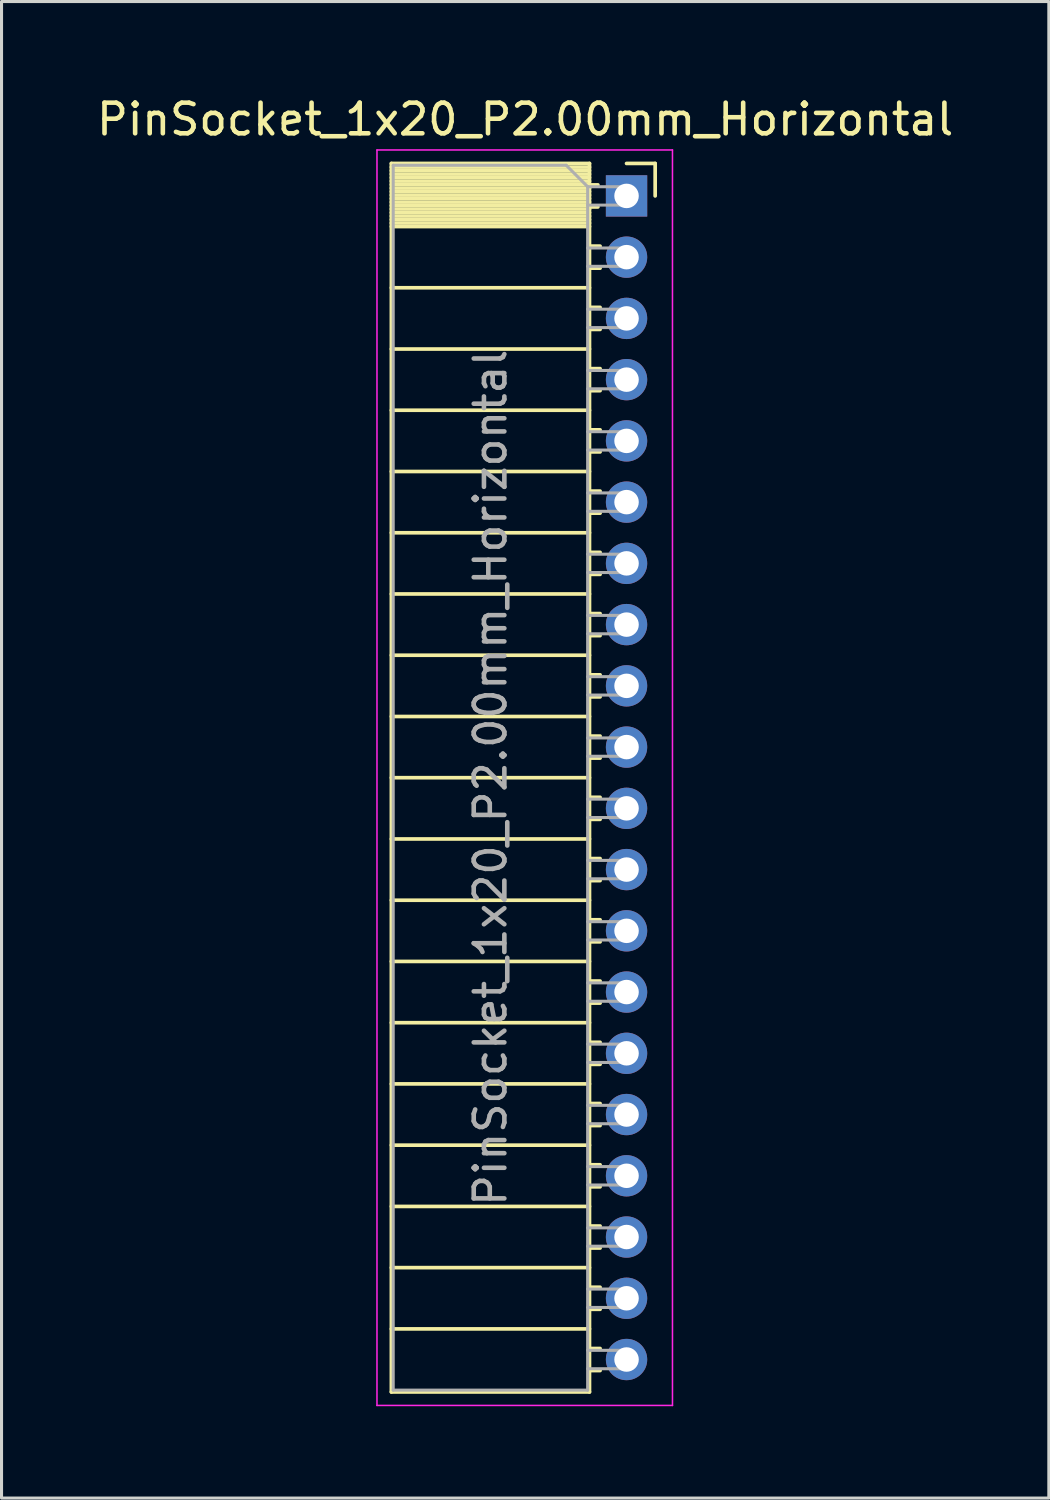
<source format=kicad_pcb>
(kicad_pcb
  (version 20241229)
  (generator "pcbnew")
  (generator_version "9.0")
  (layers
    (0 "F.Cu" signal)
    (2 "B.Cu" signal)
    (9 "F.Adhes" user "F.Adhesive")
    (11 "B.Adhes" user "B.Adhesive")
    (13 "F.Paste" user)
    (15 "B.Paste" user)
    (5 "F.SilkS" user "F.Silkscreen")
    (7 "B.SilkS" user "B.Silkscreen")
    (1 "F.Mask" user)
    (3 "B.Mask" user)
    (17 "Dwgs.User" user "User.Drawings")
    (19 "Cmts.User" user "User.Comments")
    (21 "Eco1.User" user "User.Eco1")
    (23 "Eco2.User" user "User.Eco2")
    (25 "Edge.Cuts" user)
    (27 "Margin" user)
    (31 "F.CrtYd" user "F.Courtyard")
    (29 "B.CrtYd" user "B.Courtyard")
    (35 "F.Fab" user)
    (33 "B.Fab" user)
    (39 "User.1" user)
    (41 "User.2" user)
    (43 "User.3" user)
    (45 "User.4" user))
  (footprint "PinSocket_1x20_P2.00mm_Horizontal"
    (layer "F.Cu")
    (at 17.411 3.348)
    (property "Reference" "PinSocket_1x20_P2.00mm_Horizontal" (at -3.31 -2.5 0) (layer "F.SilkS") (effects (font (size 1 1) (thickness 0.15))))
    (attr through_hole)
    (fp_line (start -7.68 -1.06) (end -7.68 39.06) (stroke (width 0.12) (type solid)) (layer "F.SilkS"))
    (fp_line (start -7.68 -1.06) (end -1.21 -1.06) (stroke (width 0.12) (type solid)) (layer "F.SilkS"))
    (fp_line (start -7.68 -0.94) (end -1.21 -0.94) (stroke (width 0.12) (type solid)) (layer "F.SilkS"))
    (fp_line (start -7.68 -0.826) (end -1.21 -0.826) (stroke (width 0.12) (type solid)) (layer "F.SilkS"))
    (fp_line (start -7.68 -0.712) (end -1.21 -0.712) (stroke (width 0.12) (type solid)) (layer "F.SilkS"))
    (fp_line (start -7.68 -0.598) (end -1.21 -0.598) (stroke (width 0.12) (type solid)) (layer "F.SilkS"))
    (fp_line (start -7.68 -0.484) (end -1.21 -0.484) (stroke (width 0.12) (type solid)) (layer "F.SilkS"))
    (fp_line (start -7.68 -0.369) (end -1.21 -0.369) (stroke (width 0.12) (type solid)) (layer "F.SilkS"))
    (fp_line (start -7.68 -0.255) (end -1.21 -0.255) (stroke (width 0.12) (type solid)) (layer "F.SilkS"))
    (fp_line (start -7.68 -0.141) (end -1.21 -0.141) (stroke (width 0.12) (type solid)) (layer "F.SilkS"))
    (fp_line (start -7.68 -0.027) (end -1.21 -0.027) (stroke (width 0.12) (type solid)) (layer "F.SilkS"))
    (fp_line (start -7.68 0.087) (end -1.21 0.087) (stroke (width 0.12) (type solid)) (layer "F.SilkS"))
    (fp_line (start -7.68 0.201) (end -1.21 0.201) (stroke (width 0.12) (type solid)) (layer "F.SilkS"))
    (fp_line (start -7.68 0.315) (end -1.21 0.315) (stroke (width 0.12) (type solid)) (layer "F.SilkS"))
    (fp_line (start -7.68 0.429) (end -1.21 0.429) (stroke (width 0.12) (type solid)) (layer "F.SilkS"))
    (fp_line (start -7.68 0.544) (end -1.21 0.544) (stroke (width 0.12) (type solid)) (layer "F.SilkS"))
    (fp_line (start -7.68 0.658) (end -1.21 0.658) (stroke (width 0.12) (type solid)) (layer "F.SilkS"))
    (fp_line (start -7.68 0.772) (end -1.21 0.772) (stroke (width 0.12) (type solid)) (layer "F.SilkS"))
    (fp_line (start -7.68 0.886) (end -1.21 0.886) (stroke (width 0.12) (type solid)) (layer "F.SilkS"))
    (fp_line (start -7.68 1) (end -1.21 1) (stroke (width 0.12) (type solid)) (layer "F.SilkS"))
    (fp_line (start -7.68 3) (end -1.21 3) (stroke (width 0.12) (type solid)) (layer "F.SilkS"))
    (fp_line (start -7.68 5) (end -1.21 5) (stroke (width 0.12) (type solid)) (layer "F.SilkS"))
    (fp_line (start -7.68 7) (end -1.21 7) (stroke (width 0.12) (type solid)) (layer "F.SilkS"))
    (fp_line (start -7.68 9) (end -1.21 9) (stroke (width 0.12) (type solid)) (layer "F.SilkS"))
    (fp_line (start -7.68 11) (end -1.21 11) (stroke (width 0.12) (type solid)) (layer "F.SilkS"))
    (fp_line (start -7.68 13) (end -1.21 13) (stroke (width 0.12) (type solid)) (layer "F.SilkS"))
    (fp_line (start -7.68 15) (end -1.21 15) (stroke (width 0.12) (type solid)) (layer "F.SilkS"))
    (fp_line (start -7.68 17) (end -1.21 17) (stroke (width 0.12) (type solid)) (layer "F.SilkS"))
    (fp_line (start -7.68 19) (end -1.21 19) (stroke (width 0.12) (type solid)) (layer "F.SilkS"))
    (fp_line (start -7.68 21) (end -1.21 21) (stroke (width 0.12) (type solid)) (layer "F.SilkS"))
    (fp_line (start -7.68 23) (end -1.21 23) (stroke (width 0.12) (type solid)) (layer "F.SilkS"))
    (fp_line (start -7.68 25) (end -1.21 25) (stroke (width 0.12) (type solid)) (layer "F.SilkS"))
    (fp_line (start -7.68 27) (end -1.21 27) (stroke (width 0.12) (type solid)) (layer "F.SilkS"))
    (fp_line (start -7.68 29) (end -1.21 29) (stroke (width 0.12) (type solid)) (layer "F.SilkS"))
    (fp_line (start -7.68 31) (end -1.21 31) (stroke (width 0.12) (type solid)) (layer "F.SilkS"))
    (fp_line (start -7.68 33) (end -1.21 33) (stroke (width 0.12) (type solid)) (layer "F.SilkS"))
    (fp_line (start -7.68 35) (end -1.21 35) (stroke (width 0.12) (type solid)) (layer "F.SilkS"))
    (fp_line (start -7.68 37) (end -1.21 37) (stroke (width 0.12) (type solid)) (layer "F.SilkS"))
    (fp_line (start -7.68 39.06) (end -1.21 39.06) (stroke (width 0.12) (type solid)) (layer "F.SilkS"))
    (fp_line (start -1.21 -1.06) (end -1.21 39.06) (stroke (width 0.12) (type solid)) (layer "F.SilkS"))
    (fp_line (start -1.21 -0.36) (end -0.935 -0.36) (stroke (width 0.12) (type solid)) (layer "F.SilkS"))
    (fp_line (start -1.21 0.36) (end -0.935 0.36) (stroke (width 0.12) (type solid)) (layer "F.SilkS"))
    (fp_line (start -1.21 1.64) (end -0.863 1.64) (stroke (width 0.12) (type solid)) (layer "F.SilkS"))
    (fp_line (start -1.21 2.36) (end -0.863 2.36) (stroke (width 0.12) (type solid)) (layer "F.SilkS"))
    (fp_line (start -1.21 3.64) (end -0.863 3.64) (stroke (width 0.12) (type solid)) (layer "F.SilkS"))
    (fp_line (start -1.21 4.36) (end -0.863 4.36) (stroke (width 0.12) (type solid)) (layer "F.SilkS"))
    (fp_line (start -1.21 5.64) (end -0.863 5.64) (stroke (width 0.12) (type solid)) (layer "F.SilkS"))
    (fp_line (start -1.21 6.36) (end -0.863 6.36) (stroke (width 0.12) (type solid)) (layer "F.SilkS"))
    (fp_line (start -1.21 7.64) (end -0.863 7.64) (stroke (width 0.12) (type solid)) (layer "F.SilkS"))
    (fp_line (start -1.21 8.36) (end -0.863 8.36) (stroke (width 0.12) (type solid)) (layer "F.SilkS"))
    (fp_line (start -1.21 9.64) (end -0.863 9.64) (stroke (width 0.12) (type solid)) (layer "F.SilkS"))
    (fp_line (start -1.21 10.36) (end -0.863 10.36) (stroke (width 0.12) (type solid)) (layer "F.SilkS"))
    (fp_line (start -1.21 11.64) (end -0.863 11.64) (stroke (width 0.12) (type solid)) (layer "F.SilkS"))
    (fp_line (start -1.21 12.36) (end -0.863 12.36) (stroke (width 0.12) (type solid)) (layer "F.SilkS"))
    (fp_line (start -1.21 13.64) (end -0.863 13.64) (stroke (width 0.12) (type solid)) (layer "F.SilkS"))
    (fp_line (start -1.21 14.36) (end -0.863 14.36) (stroke (width 0.12) (type solid)) (layer "F.SilkS"))
    (fp_line (start -1.21 15.64) (end -0.863 15.64) (stroke (width 0.12) (type solid)) (layer "F.SilkS"))
    (fp_line (start -1.21 16.36) (end -0.863 16.36) (stroke (width 0.12) (type solid)) (layer "F.SilkS"))
    (fp_line (start -1.21 17.64) (end -0.863 17.64) (stroke (width 0.12) (type solid)) (layer "F.SilkS"))
    (fp_line (start -1.21 18.36) (end -0.863 18.36) (stroke (width 0.12) (type solid)) (layer "F.SilkS"))
    (fp_line (start -1.21 19.64) (end -0.863 19.64) (stroke (width 0.12) (type solid)) (layer "F.SilkS"))
    (fp_line (start -1.21 20.36) (end -0.863 20.36) (stroke (width 0.12) (type solid)) (layer "F.SilkS"))
    (fp_line (start -1.21 21.64) (end -0.863 21.64) (stroke (width 0.12) (type solid)) (layer "F.SilkS"))
    (fp_line (start -1.21 22.36) (end -0.863 22.36) (stroke (width 0.12) (type solid)) (layer "F.SilkS"))
    (fp_line (start -1.21 23.64) (end -0.863 23.64) (stroke (width 0.12) (type solid)) (layer "F.SilkS"))
    (fp_line (start -1.21 24.36) (end -0.863 24.36) (stroke (width 0.12) (type solid)) (layer "F.SilkS"))
    (fp_line (start -1.21 25.64) (end -0.863 25.64) (stroke (width 0.12) (type solid)) (layer "F.SilkS"))
    (fp_line (start -1.21 26.36) (end -0.863 26.36) (stroke (width 0.12) (type solid)) (layer "F.SilkS"))
    (fp_line (start -1.21 27.64) (end -0.863 27.64) (stroke (width 0.12) (type solid)) (layer "F.SilkS"))
    (fp_line (start -1.21 28.36) (end -0.863 28.36) (stroke (width 0.12) (type solid)) (layer "F.SilkS"))
    (fp_line (start -1.21 29.64) (end -0.863 29.64) (stroke (width 0.12) (type solid)) (layer "F.SilkS"))
    (fp_line (start -1.21 30.36) (end -0.863 30.36) (stroke (width 0.12) (type solid)) (layer "F.SilkS"))
    (fp_line (start -1.21 31.64) (end -0.863 31.64) (stroke (width 0.12) (type solid)) (layer "F.SilkS"))
    (fp_line (start -1.21 32.36) (end -0.863 32.36) (stroke (width 0.12) (type solid)) (layer "F.SilkS"))
    (fp_line (start -1.21 33.64) (end -0.863 33.64) (stroke (width 0.12) (type solid)) (layer "F.SilkS"))
    (fp_line (start -1.21 34.36) (end -0.863 34.36) (stroke (width 0.12) (type solid)) (layer "F.SilkS"))
    (fp_line (start -1.21 35.64) (end -0.863 35.64) (stroke (width 0.12) (type solid)) (layer "F.SilkS"))
    (fp_line (start -1.21 36.36) (end -0.863 36.36) (stroke (width 0.12) (type solid)) (layer "F.SilkS"))
    (fp_line (start -1.21 37.64) (end -0.863 37.64) (stroke (width 0.12) (type solid)) (layer "F.SilkS"))
    (fp_line (start -1.21 38.36) (end -0.863 38.36) (stroke (width 0.12) (type solid)) (layer "F.SilkS"))
    (fp_line (start 0 -1.06) (end 0.935 -1.06) (stroke (width 0.12) (type solid)) (layer "F.SilkS"))
    (fp_line (start 0.935 -1.06) (end 0.935 0) (stroke (width 0.12) (type solid)) (layer "F.SilkS"))
    (fp_line (start -8.15 -1.5) (end -8.15 39.5) (stroke (width 0.05) (type solid)) (layer "F.CrtYd"))
    (fp_line (start -8.15 39.5) (end 1.5 39.5) (stroke (width 0.05) (type solid)) (layer "F.CrtYd"))
    (fp_line (start 1.5 -1.5) (end -8.15 -1.5) (stroke (width 0.05) (type solid)) (layer "F.CrtYd"))
    (fp_line (start 1.5 39.5) (end 1.5 -1.5) (stroke (width 0.05) (type solid)) (layer "F.CrtYd"))
    (fp_line (start -7.62 -1) (end -1.97 -1) (stroke (width 0.1) (type solid)) (layer "F.Fab"))
    (fp_line (start -7.62 39) (end -7.62 -1) (stroke (width 0.1) (type solid)) (layer "F.Fab"))
    (fp_line (start -1.97 -1) (end -1.27 -0.3) (stroke (width 0.1) (type solid)) (layer "F.Fab"))
    (fp_line (start -1.27 -0.3) (end -1.27 39) (stroke (width 0.1) (type solid)) (layer "F.Fab"))
    (fp_line (start -1.27 0.3) (end 0 0.3) (stroke (width 0.1) (type solid)) (layer "F.Fab"))
    (fp_line (start -1.27 2.3) (end 0 2.3) (stroke (width 0.1) (type solid)) (layer "F.Fab"))
    (fp_line (start -1.27 4.3) (end 0 4.3) (stroke (width 0.1) (type solid)) (layer "F.Fab"))
    (fp_line (start -1.27 6.3) (end 0 6.3) (stroke (width 0.1) (type solid)) (layer "F.Fab"))
    (fp_line (start -1.27 8.3) (end 0 8.3) (stroke (width 0.1) (type solid)) (layer "F.Fab"))
    (fp_line (start -1.27 10.3) (end 0 10.3) (stroke (width 0.1) (type solid)) (layer "F.Fab"))
    (fp_line (start -1.27 12.3) (end 0 12.3) (stroke (width 0.1) (type solid)) (layer "F.Fab"))
    (fp_line (start -1.27 14.3) (end 0 14.3) (stroke (width 0.1) (type solid)) (layer "F.Fab"))
    (fp_line (start -1.27 16.3) (end 0 16.3) (stroke (width 0.1) (type solid)) (layer "F.Fab"))
    (fp_line (start -1.27 18.3) (end 0 18.3) (stroke (width 0.1) (type solid)) (layer "F.Fab"))
    (fp_line (start -1.27 20.3) (end 0 20.3) (stroke (width 0.1) (type solid)) (layer "F.Fab"))
    (fp_line (start -1.27 22.3) (end 0 22.3) (stroke (width 0.1) (type solid)) (layer "F.Fab"))
    (fp_line (start -1.27 24.3) (end 0 24.3) (stroke (width 0.1) (type solid)) (layer "F.Fab"))
    (fp_line (start -1.27 26.3) (end 0 26.3) (stroke (width 0.1) (type solid)) (layer "F.Fab"))
    (fp_line (start -1.27 28.3) (end 0 28.3) (stroke (width 0.1) (type solid)) (layer "F.Fab"))
    (fp_line (start -1.27 30.3) (end 0 30.3) (stroke (width 0.1) (type solid)) (layer "F.Fab"))
    (fp_line (start -1.27 32.3) (end 0 32.3) (stroke (width 0.1) (type solid)) (layer "F.Fab"))
    (fp_line (start -1.27 34.3) (end 0 34.3) (stroke (width 0.1) (type solid)) (layer "F.Fab"))
    (fp_line (start -1.27 36.3) (end 0 36.3) (stroke (width 0.1) (type solid)) (layer "F.Fab"))
    (fp_line (start -1.27 38.3) (end 0 38.3) (stroke (width 0.1) (type solid)) (layer "F.Fab"))
    (fp_line (start -1.27 39) (end -7.62 39) (stroke (width 0.1) (type solid)) (layer "F.Fab"))
    (fp_line (start 0 -0.3) (end -1.27 -0.3) (stroke (width 0.1) (type solid)) (layer "F.Fab"))
    (fp_line (start 0 0.3) (end 0 -0.3) (stroke (width 0.1) (type solid)) (layer "F.Fab"))
    (fp_line (start 0 1.7) (end -1.27 1.7) (stroke (width 0.1) (type solid)) (layer "F.Fab"))
    (fp_line (start 0 2.3) (end 0 1.7) (stroke (width 0.1) (type solid)) (layer "F.Fab"))
    (fp_line (start 0 3.7) (end -1.27 3.7) (stroke (width 0.1) (type solid)) (layer "F.Fab"))
    (fp_line (start 0 4.3) (end 0 3.7) (stroke (width 0.1) (type solid)) (layer "F.Fab"))
    (fp_line (start 0 5.7) (end -1.27 5.7) (stroke (width 0.1) (type solid)) (layer "F.Fab"))
    (fp_line (start 0 6.3) (end 0 5.7) (stroke (width 0.1) (type solid)) (layer "F.Fab"))
    (fp_line (start 0 7.7) (end -1.27 7.7) (stroke (width 0.1) (type solid)) (layer "F.Fab"))
    (fp_line (start 0 8.3) (end 0 7.7) (stroke (width 0.1) (type solid)) (layer "F.Fab"))
    (fp_line (start 0 9.7) (end -1.27 9.7) (stroke (width 0.1) (type solid)) (layer "F.Fab"))
    (fp_line (start 0 10.3) (end 0 9.7) (stroke (width 0.1) (type solid)) (layer "F.Fab"))
    (fp_line (start 0 11.7) (end -1.27 11.7) (stroke (width 0.1) (type solid)) (layer "F.Fab"))
    (fp_line (start 0 12.3) (end 0 11.7) (stroke (width 0.1) (type solid)) (layer "F.Fab"))
    (fp_line (start 0 13.7) (end -1.27 13.7) (stroke (width 0.1) (type solid)) (layer "F.Fab"))
    (fp_line (start 0 14.3) (end 0 13.7) (stroke (width 0.1) (type solid)) (layer "F.Fab"))
    (fp_line (start 0 15.7) (end -1.27 15.7) (stroke (width 0.1) (type solid)) (layer "F.Fab"))
    (fp_line (start 0 16.3) (end 0 15.7) (stroke (width 0.1) (type solid)) (layer "F.Fab"))
    (fp_line (start 0 17.7) (end -1.27 17.7) (stroke (width 0.1) (type solid)) (layer "F.Fab"))
    (fp_line (start 0 18.3) (end 0 17.7) (stroke (width 0.1) (type solid)) (layer "F.Fab"))
    (fp_line (start 0 19.7) (end -1.27 19.7) (stroke (width 0.1) (type solid)) (layer "F.Fab"))
    (fp_line (start 0 20.3) (end 0 19.7) (stroke (width 0.1) (type solid)) (layer "F.Fab"))
    (fp_line (start 0 21.7) (end -1.27 21.7) (stroke (width 0.1) (type solid)) (layer "F.Fab"))
    (fp_line (start 0 22.3) (end 0 21.7) (stroke (width 0.1) (type solid)) (layer "F.Fab"))
    (fp_line (start 0 23.7) (end -1.27 23.7) (stroke (width 0.1) (type solid)) (layer "F.Fab"))
    (fp_line (start 0 24.3) (end 0 23.7) (stroke (width 0.1) (type solid)) (layer "F.Fab"))
    (fp_line (start 0 25.7) (end -1.27 25.7) (stroke (width 0.1) (type solid)) (layer "F.Fab"))
    (fp_line (start 0 26.3) (end 0 25.7) (stroke (width 0.1) (type solid)) (layer "F.Fab"))
    (fp_line (start 0 27.7) (end -1.27 27.7) (stroke (width 0.1) (type solid)) (layer "F.Fab"))
    (fp_line (start 0 28.3) (end 0 27.7) (stroke (width 0.1) (type solid)) (layer "F.Fab"))
    (fp_line (start 0 29.7) (end -1.27 29.7) (stroke (width 0.1) (type solid)) (layer "F.Fab"))
    (fp_line (start 0 30.3) (end 0 29.7) (stroke (width 0.1) (type solid)) (layer "F.Fab"))
    (fp_line (start 0 31.7) (end -1.27 31.7) (stroke (width 0.1) (type solid)) (layer "F.Fab"))
    (fp_line (start 0 32.3) (end 0 31.7) (stroke (width 0.1) (type solid)) (layer "F.Fab"))
    (fp_line (start 0 33.7) (end -1.27 33.7) (stroke (width 0.1) (type solid)) (layer "F.Fab"))
    (fp_line (start 0 34.3) (end 0 33.7) (stroke (width 0.1) (type solid)) (layer "F.Fab"))
    (fp_line (start 0 35.7) (end -1.27 35.7) (stroke (width 0.1) (type solid)) (layer "F.Fab"))
    (fp_line (start 0 36.3) (end 0 35.7) (stroke (width 0.1) (type solid)) (layer "F.Fab"))
    (fp_line (start 0 37.7) (end -1.27 37.7) (stroke (width 0.1) (type solid)) (layer "F.Fab"))
    (fp_line (start 0 38.3) (end 0 37.7) (stroke (width 0.1) (type solid)) (layer "F.Fab"))
    (fp_text user "${REFERENCE}" (at -4.445 19 90) (layer "F.Fab") (effects (font (size 1 1) (thickness 0.15))))
    (pad "1" thru_hole rect (at 0 0) (size 1.35 1.35) (drill 0.8) (layers "*.Cu" "*.Mask"))
    (pad "2" thru_hole circle (at 0 2) (size 1.35 1.35) (drill 0.8) (layers "*.Cu" "*.Mask"))
    (pad "3" thru_hole circle (at 0 4) (size 1.35 1.35) (drill 0.8) (layers "*.Cu" "*.Mask"))
    (pad "4" thru_hole circle (at 0 6) (size 1.35 1.35) (drill 0.8) (layers "*.Cu" "*.Mask"))
    (pad "5" thru_hole circle (at 0 8) (size 1.35 1.35) (drill 0.8) (layers "*.Cu" "*.Mask"))
    (pad "6" thru_hole circle (at 0 10) (size 1.35 1.35) (drill 0.8) (layers "*.Cu" "*.Mask"))
    (pad "7" thru_hole circle (at 0 12) (size 1.35 1.35) (drill 0.8) (layers "*.Cu" "*.Mask"))
    (pad "8" thru_hole circle (at 0 14) (size 1.35 1.35) (drill 0.8) (layers "*.Cu" "*.Mask"))
    (pad "9" thru_hole circle (at 0 16) (size 1.35 1.35) (drill 0.8) (layers "*.Cu" "*.Mask"))
    (pad "10" thru_hole circle (at 0 18) (size 1.35 1.35) (drill 0.8) (layers "*.Cu" "*.Mask"))
    (pad "11" thru_hole circle (at 0 20) (size 1.35 1.35) (drill 0.8) (layers "*.Cu" "*.Mask"))
    (pad "12" thru_hole circle (at 0 22) (size 1.35 1.35) (drill 0.8) (layers "*.Cu" "*.Mask"))
    (pad "13" thru_hole circle (at 0 24) (size 1.35 1.35) (drill 0.8) (layers "*.Cu" "*.Mask"))
    (pad "14" thru_hole circle (at 0 26) (size 1.35 1.35) (drill 0.8) (layers "*.Cu" "*.Mask"))
    (pad "15" thru_hole circle (at 0 28) (size 1.35 1.35) (drill 0.8) (layers "*.Cu" "*.Mask"))
    (pad "16" thru_hole circle (at 0 30) (size 1.35 1.35) (drill 0.8) (layers "*.Cu" "*.Mask"))
    (pad "17" thru_hole circle (at 0 32) (size 1.35 1.35) (drill 0.8) (layers "*.Cu" "*.Mask"))
    (pad "18" thru_hole circle (at 0 34) (size 1.35 1.35) (drill 0.8) (layers "*.Cu" "*.Mask"))
    (pad "19" thru_hole circle (at 0 36) (size 1.35 1.35) (drill 0.8) (layers "*.Cu" "*.Mask"))
    (pad "20" thru_hole circle (at 0 38) (size 1.35 1.35) (drill 0.8) (layers "*.Cu" "*.Mask")))
  (gr_rect
    (start -3 -3)
    (end 31.202 45.873)
    (stroke (width 0.1) (type default))
    (fill no)
    (layer "Edge.Cuts")))
</source>
